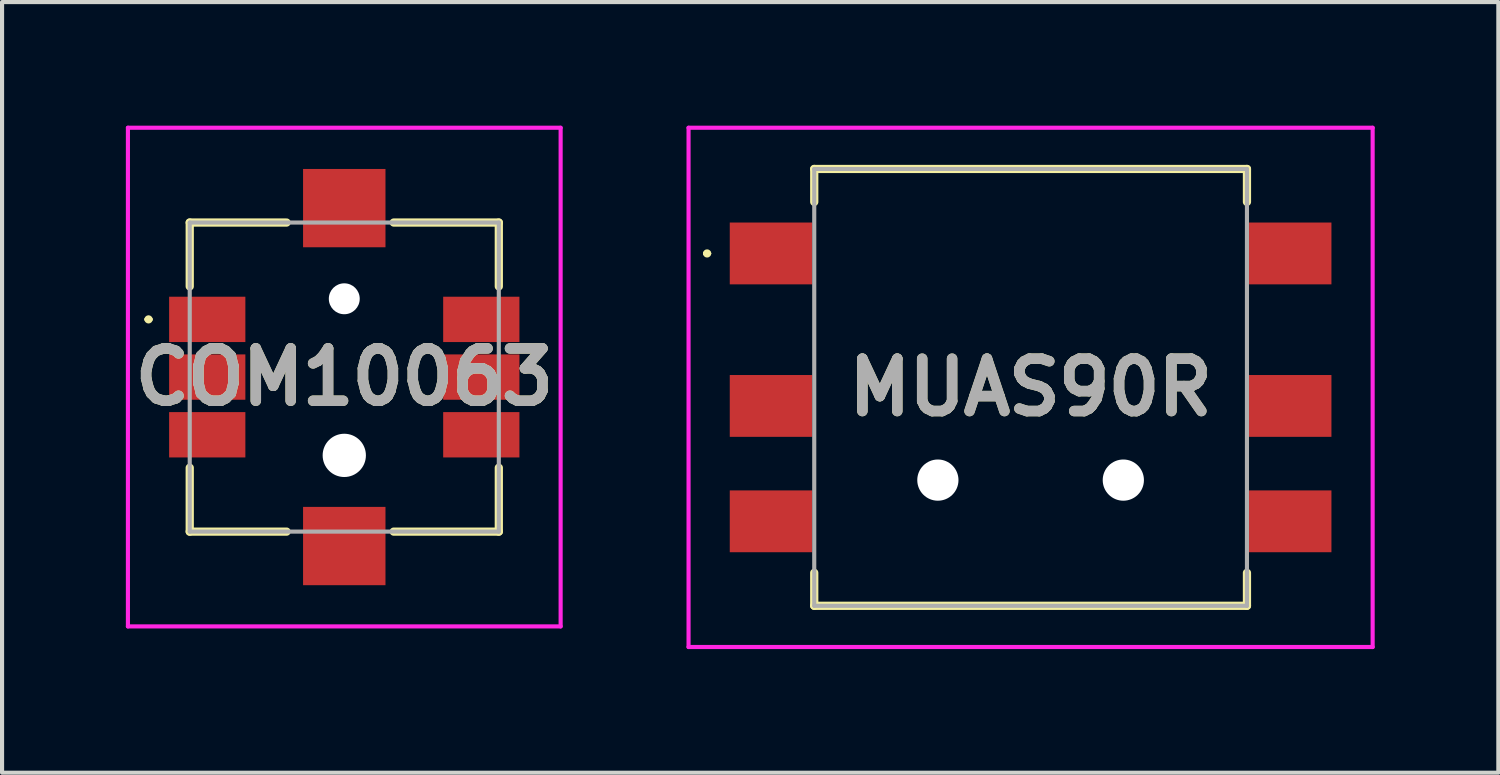
<source format=kicad_pcb>
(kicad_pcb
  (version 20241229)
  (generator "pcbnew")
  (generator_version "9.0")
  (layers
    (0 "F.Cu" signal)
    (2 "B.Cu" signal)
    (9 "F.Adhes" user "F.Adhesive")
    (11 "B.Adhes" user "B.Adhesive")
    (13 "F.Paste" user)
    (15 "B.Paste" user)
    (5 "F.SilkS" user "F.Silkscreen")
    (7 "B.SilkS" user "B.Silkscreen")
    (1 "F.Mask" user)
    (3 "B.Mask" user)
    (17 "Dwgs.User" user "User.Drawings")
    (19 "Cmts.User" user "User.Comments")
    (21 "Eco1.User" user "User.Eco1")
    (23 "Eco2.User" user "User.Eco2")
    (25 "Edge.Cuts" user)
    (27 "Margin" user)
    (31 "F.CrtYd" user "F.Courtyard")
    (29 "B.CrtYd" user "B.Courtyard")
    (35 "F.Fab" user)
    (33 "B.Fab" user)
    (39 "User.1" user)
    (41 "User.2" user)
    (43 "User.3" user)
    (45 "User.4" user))
  (footprint "MUAS90R"
    (layer "F.Cu")
    (at 21.958 6.35)
    (property "Reference" "MUAS90R" (at 0 0 0) (layer "F.SilkS") (effects (font (size 1.27 1.27) (thickness 0.254))))
    (attr through_hole)
    (fp_line (start -7.9 -3.25) (end -7.9 -3.25) (stroke (width 0.1) (type solid)) (layer "F.SilkS"))
    (fp_line (start -7.8 -3.25) (end -7.8 -3.25) (stroke (width 0.1) (type solid)) (layer "F.SilkS"))
    (fp_line (start -5.25 -5.3) (end 5.25 -5.3) (stroke (width 0.2) (type solid)) (layer "F.SilkS"))
    (fp_line (start -5.25 -4.5) (end -5.25 -5.3) (stroke (width 0.2) (type solid)) (layer "F.SilkS"))
    (fp_line (start -5.25 4.5) (end -5.25 5.3) (stroke (width 0.2) (type solid)) (layer "F.SilkS"))
    (fp_line (start -5.25 5.3) (end 5.25 5.3) (stroke (width 0.2) (type solid)) (layer "F.SilkS"))
    (fp_line (start 5.25 -5.3) (end 5.25 -4.5) (stroke (width 0.2) (type solid)) (layer "F.SilkS"))
    (fp_line (start 5.25 5.3) (end 5.25 4.5) (stroke (width 0.2) (type solid)) (layer "F.SilkS"))
    (fp_arc (start -7.9 -3.25) (mid -7.85 -3.3) (end -7.8 -3.25) (stroke (width 0.1) (type solid)) (layer "F.SilkS"))
    (fp_arc (start -7.8 -3.25) (mid -7.85 -3.2) (end -7.9 -3.25) (stroke (width 0.1) (type solid)) (layer "F.SilkS"))
    (fp_line (start -8.3 -6.3) (end 8.3 -6.3) (stroke (width 0.1) (type solid)) (layer "F.CrtYd"))
    (fp_line (start -8.3 6.3) (end -8.3 -6.3) (stroke (width 0.1) (type solid)) (layer "F.CrtYd"))
    (fp_line (start 8.3 -6.3) (end 8.3 6.3) (stroke (width 0.1) (type solid)) (layer "F.CrtYd"))
    (fp_line (start 8.3 6.3) (end -8.3 6.3) (stroke (width 0.1) (type solid)) (layer "F.CrtYd"))
    (fp_line (start -5.25 -5.3) (end 5.25 -5.3) (stroke (width 0.1) (type solid)) (layer "F.Fab"))
    (fp_line (start -5.25 5.3) (end -5.25 -5.3) (stroke (width 0.1) (type solid)) (layer "F.Fab"))
    (fp_line (start 5.25 -5.3) (end 5.25 5.3) (stroke (width 0.1) (type solid)) (layer "F.Fab"))
    (fp_line (start 5.25 5.3) (end -5.25 5.3) (stroke (width 0.1) (type solid)) (layer "F.Fab"))
    (fp_text user "${REFERENCE}" (at 0 0 0) (layer "F.Fab") (effects (font (size 1.27 1.27) (thickness 0.254))))
    (pad "" np_thru_hole circle (at -2.25 2.25) (size 1 1) (drill 1) (layers "*.Cu" "*.Mask"))
    (pad "" np_thru_hole circle (at 2.25 2.25) (size 1 1) (drill 1) (layers "*.Cu" "*.Mask"))
    (pad "A1" smd rect (at -6.3 -3.25 90) (size 1.5 2) (layers "F.Cu" "F.Mask" "F.Paste"))
    (pad "B1" smd rect (at -6.3 0.45 90) (size 1.5 2) (layers "F.Cu" "F.Mask" "F.Paste"))
    (pad "C1" smd rect (at -6.3 3.25 90) (size 1.5 2) (layers "F.Cu" "F.Mask" "F.Paste"))
    (pad "D1" smd rect (at 6.3 3.25 90) (size 1.5 2) (layers "F.Cu" "F.Mask" "F.Paste"))
    (pad "E1" smd rect (at 6.3 0.45 90) (size 1.5 2) (layers "F.Cu" "F.Mask" "F.Paste"))
    (pad "F1" smd rect (at 6.3 -3.25 90) (size 1.5 2) (layers "F.Cu" "F.Mask" "F.Paste")))
  (footprint "COM10063"
    (layer "F.Cu")
    (at 5.304 6.1)
    (property "Reference" "COM10063" (at 0 0 0) (layer "F.SilkS") (effects (font (size 1.27 1.27) (thickness 0.254))))
    (attr through_hole)
    (fp_line (start -4.8 -1.4) (end -4.8 -1.4) (stroke (width 0.1) (type solid)) (layer "F.SilkS"))
    (fp_line (start -4.7 -1.4) (end -4.7 -1.4) (stroke (width 0.1) (type solid)) (layer "F.SilkS"))
    (fp_line (start -3.75 -3.75) (end -1.4 -3.75) (stroke (width 0.2) (type solid)) (layer "F.SilkS"))
    (fp_line (start -3.75 -2.2) (end -3.75 -3.75) (stroke (width 0.2) (type solid)) (layer "F.SilkS"))
    (fp_line (start -3.75 2.2) (end -3.75 3.75) (stroke (width 0.2) (type solid)) (layer "F.SilkS"))
    (fp_line (start -3.75 3.75) (end -1.4 3.75) (stroke (width 0.2) (type solid)) (layer "F.SilkS"))
    (fp_line (start 1.2 -3.75) (end 3.75 -3.75) (stroke (width 0.2) (type solid)) (layer "F.SilkS"))
    (fp_line (start 1.2 3.75) (end 3.75 3.75) (stroke (width 0.2) (type solid)) (layer "F.SilkS"))
    (fp_line (start 3.75 -3.75) (end 3.75 -2.2) (stroke (width 0.2) (type solid)) (layer "F.SilkS"))
    (fp_line (start 3.75 3.75) (end 3.75 2.2) (stroke (width 0.2) (type solid)) (layer "F.SilkS"))
    (fp_arc (start -4.8 -1.4) (mid -4.75 -1.45) (end -4.7 -1.4) (stroke (width 0.1) (type solid)) (layer "F.SilkS"))
    (fp_arc (start -4.7 -1.4) (mid -4.75 -1.35) (end -4.8 -1.4) (stroke (width 0.1) (type solid)) (layer "F.SilkS"))
    (fp_line (start -5.25 -6.05) (end 5.25 -6.05) (stroke (width 0.1) (type solid)) (layer "F.CrtYd"))
    (fp_line (start -5.25 6.05) (end -5.25 -6.05) (stroke (width 0.1) (type solid)) (layer "F.CrtYd"))
    (fp_line (start 5.25 -6.05) (end 5.25 6.05) (stroke (width 0.1) (type solid)) (layer "F.CrtYd"))
    (fp_line (start 5.25 6.05) (end -5.25 6.05) (stroke (width 0.1) (type solid)) (layer "F.CrtYd"))
    (fp_line (start -3.75 -3.75) (end 3.75 -3.75) (stroke (width 0.1) (type solid)) (layer "F.Fab"))
    (fp_line (start -3.75 3.75) (end -3.75 -3.75) (stroke (width 0.1) (type solid)) (layer "F.Fab"))
    (fp_line (start 3.75 -3.75) (end 3.75 3.75) (stroke (width 0.1) (type solid)) (layer "F.Fab"))
    (fp_line (start 3.75 3.75) (end -3.75 3.75) (stroke (width 0.1) (type solid)) (layer "F.Fab"))
    (fp_text user "${REFERENCE}" (at 0 0 0) (layer "F.Fab") (effects (font (size 1.27 1.27) (thickness 0.254))))
    (pad "" np_thru_hole circle (at 0 -1.9) (size 0.75 0.75) (drill 0.75) (layers "*.Cu" "*.Mask"))
    (pad "" np_thru_hole circle (at 0 1.9) (size 1.05 1.05) (drill 1.05) (layers "*.Cu" "*.Mask"))
    (pad "1" smd rect (at -3.325 -1.4 90) (size 1.1 1.85) (layers "F.Cu" "F.Mask" "F.Paste"))
    (pad "2" smd rect (at -3.325 0 90) (size 1.1 1.85) (layers "F.Cu" "F.Mask" "F.Paste"))
    (pad "3" smd rect (at -3.325 1.4 90) (size 1.1 1.85) (layers "F.Cu" "F.Mask" "F.Paste"))
    (pad "4" smd rect (at 3.325 -1.4 90) (size 1.1 1.85) (layers "F.Cu" "F.Mask" "F.Paste"))
    (pad "5" smd rect (at 3.325 0 90) (size 1.1 1.85) (layers "F.Cu" "F.Mask" "F.Paste"))
    (pad "6" smd rect (at 3.325 1.4 90) (size 1.1 1.85) (layers "F.Cu" "F.Mask" "F.Paste"))
    (pad "MP1" smd rect (at 0 4.1 90) (size 1.9 2) (layers "F.Cu" "F.Mask" "F.Paste"))
    (pad "MP2" smd rect (at 0 -4.1 90) (size 1.9 2) (layers "F.Cu" "F.Mask" "F.Paste")))
  (gr_rect
    (start -3 -3)
    (end 33.308 15.7)
    (stroke (width 0.1) (type default))
    (fill no)
    (layer "Edge.Cuts")))
</source>
